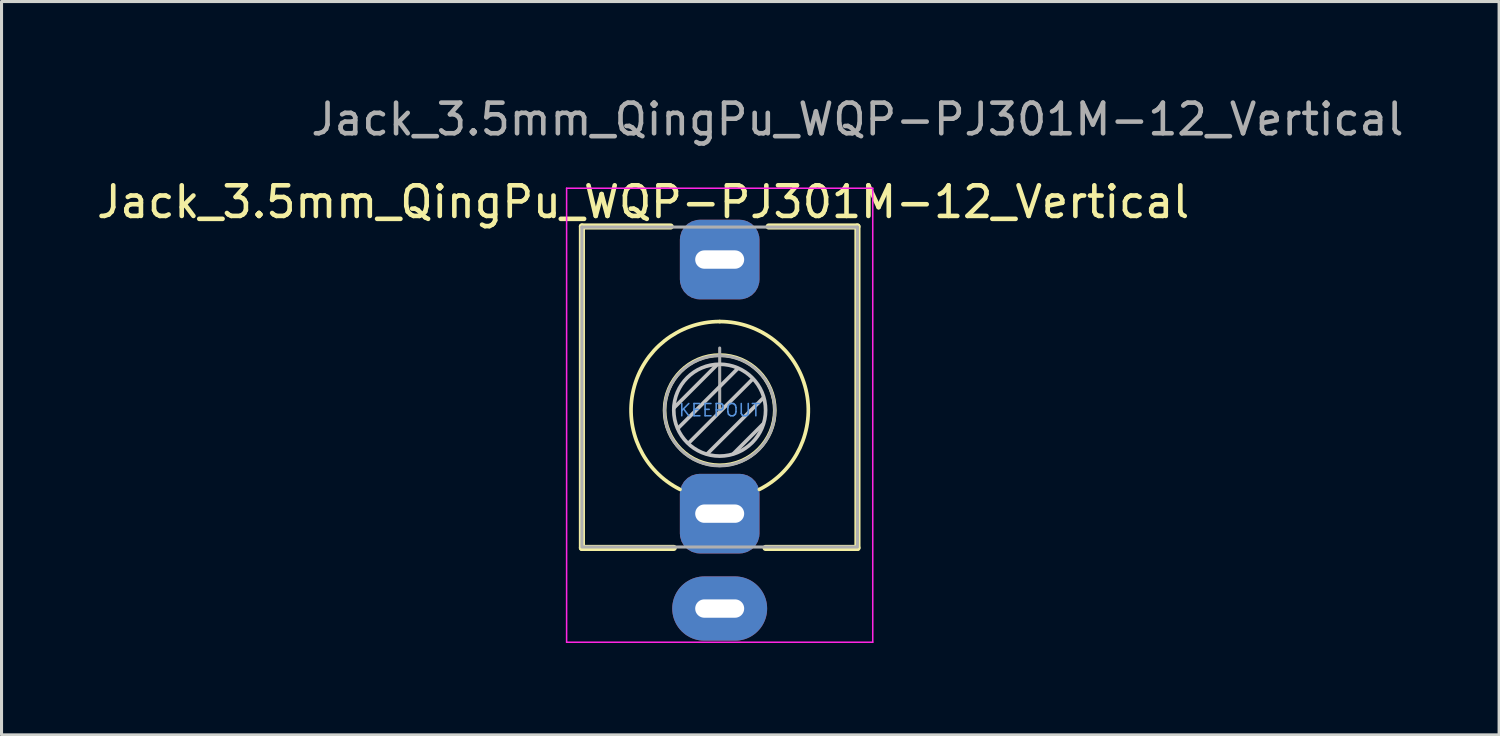
<source format=kicad_pcb>
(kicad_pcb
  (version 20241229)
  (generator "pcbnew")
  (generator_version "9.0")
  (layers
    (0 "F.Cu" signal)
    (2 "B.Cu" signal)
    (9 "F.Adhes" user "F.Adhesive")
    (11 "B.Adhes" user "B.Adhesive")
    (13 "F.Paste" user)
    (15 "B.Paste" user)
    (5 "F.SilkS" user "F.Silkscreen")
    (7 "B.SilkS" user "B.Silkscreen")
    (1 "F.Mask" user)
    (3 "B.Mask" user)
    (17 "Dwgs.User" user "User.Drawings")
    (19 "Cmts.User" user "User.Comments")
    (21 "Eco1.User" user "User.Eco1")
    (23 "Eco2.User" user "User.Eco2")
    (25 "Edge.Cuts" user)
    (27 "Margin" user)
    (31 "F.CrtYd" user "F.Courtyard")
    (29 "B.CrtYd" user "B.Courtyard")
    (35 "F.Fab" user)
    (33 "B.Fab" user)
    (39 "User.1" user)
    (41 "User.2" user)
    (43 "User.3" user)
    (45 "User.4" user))
  (footprint "Jack_3.5mm_QingPu_WQP-PJ301M-12_Vertical"
    (layer "F.Cu")
    (at 20.458 10.348)
    (property "Reference" "Jack_3.5mm_QingPu_WQP-PJ301M-12_Vertical" (at -2.5 -6.8 0) (layer "F.SilkS") (effects (font (size 1 1) (thickness 0.15))))
    (attr through_hole)
    (fp_line (start -4.5 -6) (end -1.6 -6) (stroke (width 0.2) (type solid)) (layer "F.SilkS"))
    (fp_line (start -4.5 4.5) (end -4.5 -6) (stroke (width 0.2) (type solid)) (layer "F.SilkS"))
    (fp_line (start -4.5 4.5) (end -1.5 4.5) (stroke (width 0.2) (type solid)) (layer "F.SilkS"))
    (fp_line (start 1.5 4.5) (end 4.5 4.5) (stroke (width 0.2) (type solid)) (layer "F.SilkS"))
    (fp_line (start 1.6 -6) (end 4.5 -6) (stroke (width 0.2) (type solid)) (layer "F.SilkS"))
    (fp_line (start 4.5 4.5) (end 4.5 -6) (stroke (width 0.2) (type solid)) (layer "F.SilkS"))
    (fp_arc (start -1.296263 2.588577) (mid -2.817353 -0.665994) (end 0 -2.895) (stroke (width 0.12) (type solid)) (layer "F.SilkS"))
    (fp_arc (start 0 -2.895) (mid 2.817353 -0.665994) (end 1.296263 2.588577) (stroke (width 0.12) (type solid)) (layer "F.SilkS"))
    (fp_circle (center 0 0) (end -1.8 0) (stroke (width 0.12) (type solid)) (fill no) (layer "F.SilkS"))
    (fp_line (start -0.09 -1.48) (end -1.48 -0.09) (stroke (width 0.12) (type solid)) (layer "Dwgs.User"))
    (fp_line (start 0.58 -1.35) (end -1.36 0.59) (stroke (width 0.12) (type solid)) (layer "Dwgs.User"))
    (fp_line (start 1.07 -1.01) (end -1.01 1.07) (stroke (width 0.12) (type solid)) (layer "Dwgs.User"))
    (fp_line (start 1.41 0.46) (end 0.46 1.41) (stroke (width 0.12) (type solid)) (layer "Dwgs.User"))
    (fp_line (start 1.42 -0.395) (end -0.4 1.42) (stroke (width 0.12) (type solid)) (layer "Dwgs.User"))
    (fp_circle (center 0 0) (end -1.5 0) (stroke (width 0.12) (type solid)) (fill no) (layer "Dwgs.User"))
    (fp_line (start -5 -7.25) (end -5 7.58) (stroke (width 0.05) (type solid)) (layer "F.CrtYd"))
    (fp_line (start -5 -7.25) (end 5 -7.25) (stroke (width 0.05) (type solid)) (layer "F.CrtYd"))
    (fp_line (start -5 7.58) (end 5 7.58) (stroke (width 0.05) (type solid)) (layer "F.CrtYd"))
    (fp_line (start 5 -7.25) (end 5 7.58) (stroke (width 0.05) (type solid)) (layer "F.CrtYd"))
    (fp_line (start -4.5 -5.98) (end -4.5 4.42) (stroke (width 0.1) (type solid)) (layer "F.Fab"))
    (fp_line (start -4.5 -5.98) (end 4.5 -5.98) (stroke (width 0.1) (type solid)) (layer "F.Fab"))
    (fp_line (start -4.5 4.47) (end 4.5 4.47) (stroke (width 0.1) (type solid)) (layer "F.Fab"))
    (fp_line (start 0 0) (end 0 -2.03) (stroke (width 0.1) (type solid)) (layer "F.Fab"))
    (fp_line (start 4.5 -5.98) (end 4.5 4.42) (stroke (width 0.1) (type solid)) (layer "F.Fab"))
    (fp_circle (center 0 0.02) (end -1.8 0.02) (stroke (width 0.1) (type solid)) (fill no) (layer "F.Fab"))
    (fp_text user "KEEPOUT" (at 0 0 180) (layer "Cmts.User") (effects (font (size 0.4 0.4) (thickness 0.051))))
    (fp_text user "${REFERENCE}" (at 4.5 -9.5 0) (layer "F.Fab") (effects (font (size 1 1) (thickness 0.15))))
    (pad "S" thru_hole oval (at 0 6.48) (size 3.1 2.1) (drill oval 1.6 0.6) (layers "*.Cu" "*.Mask"))
    (pad "T" thru_hole roundrect (at 0 -4.92) (size 2.6 2.6) (drill oval 1.6 0.6) (layers "*.Cu" "*.Mask") (roundrect_rratio 0.25))
    (pad "TN" thru_hole roundrect (at 0 3.38) (size 2.6 2.6) (drill oval 1.6 0.6) (layers "*.Cu" "*.Mask") (roundrect_rratio 0.25)))
  (gr_rect
    (start -3 -3)
    (end 45.917 20.953)
    (stroke (width 0.1) (type default))
    (fill no)
    (layer "Edge.Cuts")))
</source>
